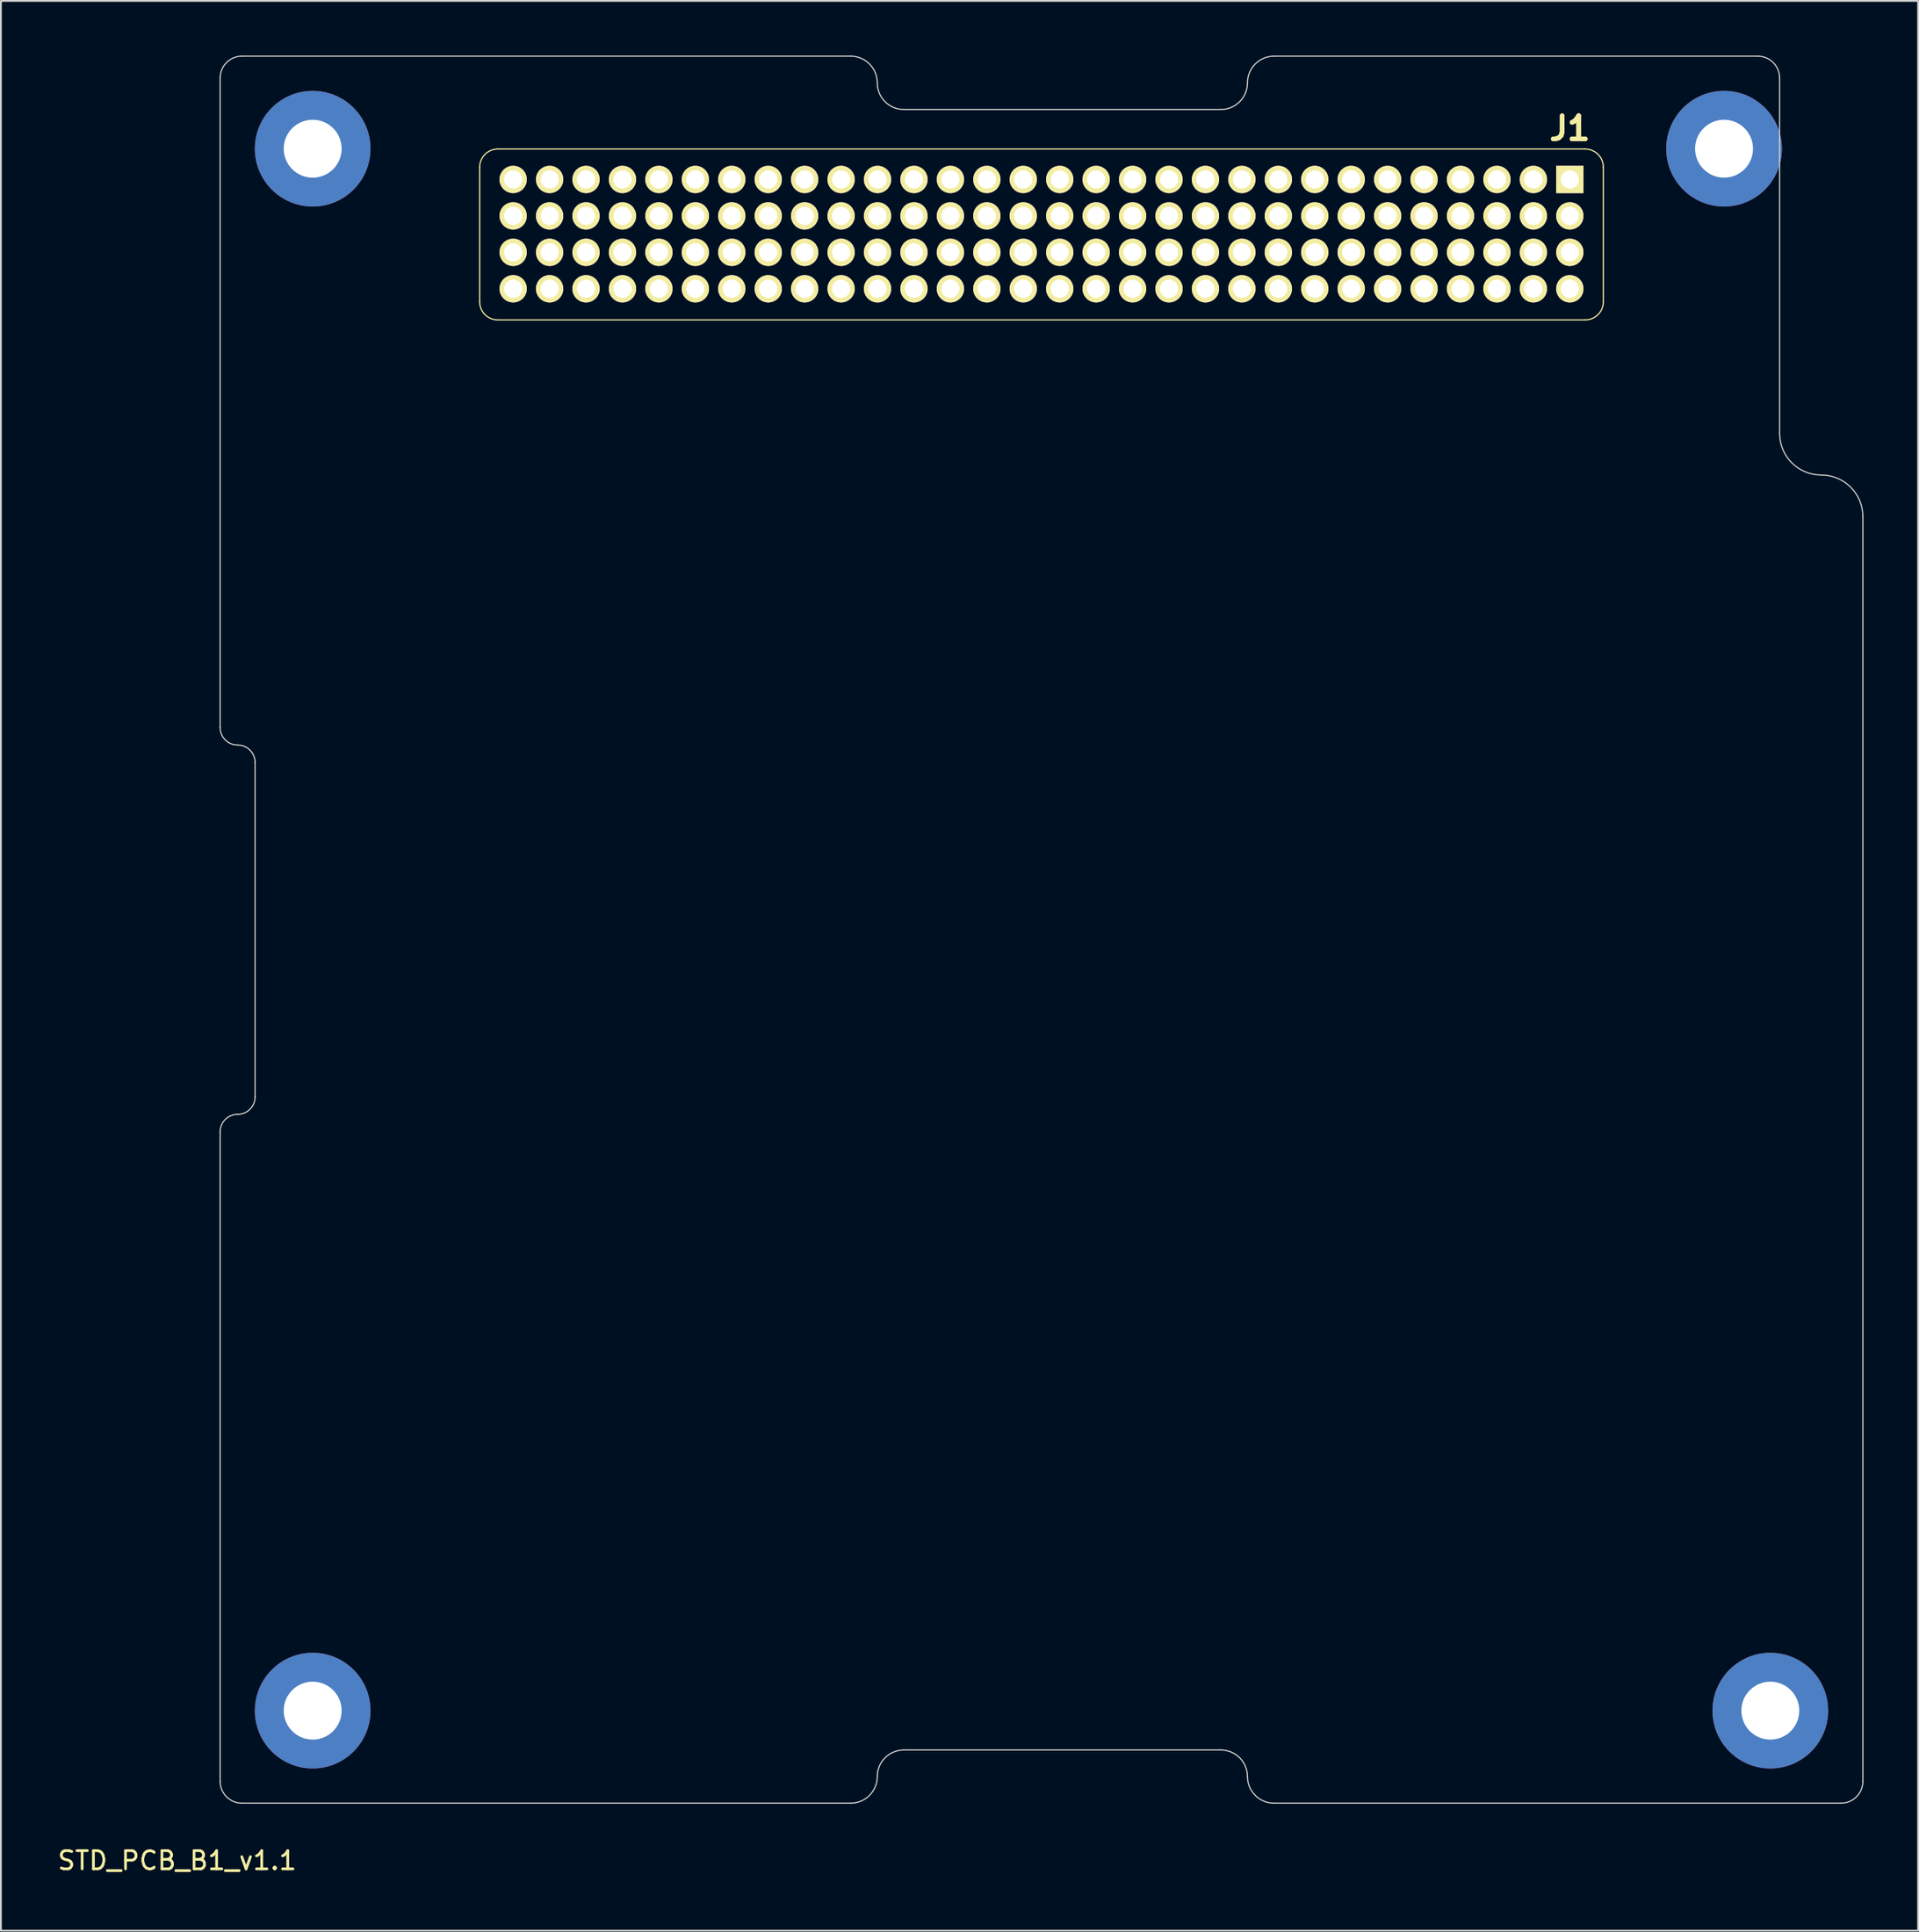
<source format=kicad_pcb>
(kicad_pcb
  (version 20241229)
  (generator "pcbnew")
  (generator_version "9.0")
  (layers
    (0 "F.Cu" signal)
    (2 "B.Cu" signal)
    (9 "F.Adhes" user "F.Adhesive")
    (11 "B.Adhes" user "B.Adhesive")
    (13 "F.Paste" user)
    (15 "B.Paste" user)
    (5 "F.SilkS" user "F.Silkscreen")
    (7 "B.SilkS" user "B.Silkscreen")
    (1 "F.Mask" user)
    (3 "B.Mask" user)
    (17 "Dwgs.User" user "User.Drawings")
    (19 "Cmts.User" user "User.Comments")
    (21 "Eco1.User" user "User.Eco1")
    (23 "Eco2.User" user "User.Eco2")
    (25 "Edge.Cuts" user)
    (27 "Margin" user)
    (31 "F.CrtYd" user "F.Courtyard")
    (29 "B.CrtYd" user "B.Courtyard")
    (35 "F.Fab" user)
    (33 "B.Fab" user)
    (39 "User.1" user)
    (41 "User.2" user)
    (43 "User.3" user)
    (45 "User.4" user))
  (footprint "STD_PCB_B1_v1.1"
    (layer "F.Cu")
    (at 9.033 95.922)
    (property "Reference" "STD_PCB_B1_v1.1" (at -2.36 3.15 0) (layer "F.SilkS") (effects (font (size 1 1) (thickness 0.15))))
    (attr through_hole)
    (fp_line (start 14.245 -89.792) (end 14.245 -82.412) (stroke (width 0.064) (type solid)) (layer "F.SilkS"))
    (fp_line (start 15.245 -81.412) (end 74.925 -81.412) (stroke (width 0.064) (type solid)) (layer "F.SilkS"))
    (fp_line (start 74.925 -90.792) (end 15.245 -90.792) (stroke (width 0.064) (type solid)) (layer "F.SilkS"))
    (fp_line (start 75.925 -82.412) (end 75.925 -89.792) (stroke (width 0.064) (type solid)) (layer "F.SilkS"))
    (fp_arc (start 14.245 -89.792) (mid 14.537893 -90.499107) (end 15.245 -90.792) (stroke (width 0.0635) (type solid)) (layer "F.SilkS"))
    (fp_arc (start 15.245 -81.412) (mid 14.537893 -81.704893) (end 14.245 -82.412) (stroke (width 0.0635) (type solid)) (layer "F.SilkS"))
    (fp_arc (start 74.925 -90.792) (mid 75.632107 -90.499107) (end 75.925 -89.792) (stroke (width 0.0635) (type solid)) (layer "F.SilkS"))
    (fp_arc (start 75.925 -82.412) (mid 75.632107 -81.704893) (end 74.925 -81.412) (stroke (width 0.0635) (type solid)) (layer "F.SilkS"))
    (fp_line (start 0 -59.04) (end 0 -94.69) (stroke (width 0.064) (type solid)) (layer "Edge.Cuts"))
    (fp_line (start 0 -1.2) (end 0 -36.85) (stroke (width 0.064) (type solid)) (layer "Edge.Cuts"))
    (fp_line (start 1.2 -95.89) (end 34.605 -95.89) (stroke (width 0.064) (type solid)) (layer "Edge.Cuts"))
    (fp_line (start 1.2 0) (end 34.61 0) (stroke (width 0.064) (type solid)) (layer "Edge.Cuts"))
    (fp_line (start 1.92 -38.77) (end 1.92 -57.12) (stroke (width 0.064) (type solid)) (layer "Edge.Cuts"))
    (fp_line (start 37.53 -2.92) (end 54.93 -2.92) (stroke (width 0.064) (type solid)) (layer "Edge.Cuts"))
    (fp_line (start 37.535 -92.96) (end 54.925 -92.96) (stroke (width 0.064) (type solid)) (layer "Edge.Cuts"))
    (fp_line (start 57.85 0) (end 88.97 0) (stroke (width 0.064) (type solid)) (layer "Edge.Cuts"))
    (fp_line (start 57.855 -95.89) (end 84.4 -95.89) (stroke (width 0.064) (type solid)) (layer "Edge.Cuts"))
    (fp_line (start 85.6 -75.185) (end 85.6 -94.69) (stroke (width 0.064) (type solid)) (layer "Edge.Cuts"))
    (fp_line (start 90.17 -1.2) (end 90.17 -70.615) (stroke (width 0.064) (type solid)) (layer "Edge.Cuts"))
    (fp_arc (start 0 -94.69) (mid 0.351472 -95.538528) (end 1.2 -95.89) (stroke (width 0.0635) (type solid)) (layer "Edge.Cuts"))
    (fp_arc (start 0 -36.85) (mid 0.281177 -37.528823) (end 0.96 -37.81) (stroke (width 0.0635) (type solid)) (layer "Edge.Cuts"))
    (fp_arc (start 0.96 -58.08) (mid 0.281177 -58.361177) (end 0 -59.04) (stroke (width 0.0635) (type solid)) (layer "Edge.Cuts"))
    (fp_arc (start 0.96 -58.08) (mid 1.638823 -57.798823) (end 1.92 -57.12) (stroke (width 0.0635) (type solid)) (layer "Edge.Cuts"))
    (fp_arc (start 1.2 0) (mid 0.351472 -0.351472) (end 0 -1.2) (stroke (width 0.0635) (type solid)) (layer "Edge.Cuts"))
    (fp_arc (start 1.92 -38.77) (mid 1.638823 -38.091177) (end 0.96 -37.81) (stroke (width 0.0635) (type solid)) (layer "Edge.Cuts"))
    (fp_arc (start 34.605 -95.89) (mid 35.640911 -95.460911) (end 36.07 -94.425) (stroke (width 0.0635) (type solid)) (layer "Edge.Cuts"))
    (fp_arc (start 36.07 -1.46) (mid 35.642376 -0.427624) (end 34.61 0) (stroke (width 0.0635) (type solid)) (layer "Edge.Cuts"))
    (fp_arc (start 36.07 -1.46) (mid 36.497624 -2.492376) (end 37.53 -2.92) (stroke (width 0.0635) (type solid)) (layer "Edge.Cuts"))
    (fp_arc (start 37.535 -92.96) (mid 36.499089 -93.389089) (end 36.07 -94.425) (stroke (width 0.0635) (type solid)) (layer "Edge.Cuts"))
    (fp_arc (start 54.93 -2.92) (mid 55.962376 -2.492376) (end 56.39 -1.46) (stroke (width 0.0635) (type solid)) (layer "Edge.Cuts"))
    (fp_arc (start 56.39 -94.425) (mid 55.960911 -93.389089) (end 54.925 -92.96) (stroke (width 0.0635) (type solid)) (layer "Edge.Cuts"))
    (fp_arc (start 56.39 -94.425) (mid 56.819089 -95.460911) (end 57.855 -95.89) (stroke (width 0.0635) (type solid)) (layer "Edge.Cuts"))
    (fp_arc (start 57.85 0) (mid 56.817624 -0.427624) (end 56.39 -1.46) (stroke (width 0.0635) (type solid)) (layer "Edge.Cuts"))
    (fp_arc (start 84.4 -95.89) (mid 85.248528 -95.538528) (end 85.6 -94.69) (stroke (width 0.0635) (type solid)) (layer "Edge.Cuts"))
    (fp_arc (start 87.885 -72.9) (mid 86.269261 -73.569261) (end 85.6 -75.185) (stroke (width 0.0635) (type solid)) (layer "Edge.Cuts"))
    (fp_arc (start 87.885 -72.9) (mid 89.500739 -72.230739) (end 90.17 -70.615) (stroke (width 0.0635) (type solid)) (layer "Edge.Cuts"))
    (fp_arc (start 90.17 -1.2) (mid 89.818528 -0.351472) (end 88.97 0) (stroke (width 0.0635) (type solid)) (layer "Edge.Cuts"))
    (fp_text user "J1" (at 74.085 -91.922 0) (layer "F.SilkS") (effects (font (size 1.27 1.27) (thickness 0.254))))
    (fp_text user "J1" (at 74.085 -91.922 0) (layer "F.SilkS") (effects (font (size 1.27 1.27) (thickness 0.254))))
    (pad "" np_thru_hole circle (at 5.08 -90.81) (size 6.35 6.35) (drill 3.18) (layers "*.Cu" "*.Mask"))
    (pad "" np_thru_hole circle (at 5.08 -5.08) (size 6.35 6.35) (drill 3.18) (layers "*.Cu" "*.Mask"))
    (pad "" np_thru_hole circle (at 82.55 -90.81) (size 6.35 6.35) (drill 3.18) (layers "*.Cu" "*.Mask"))
    (pad "" np_thru_hole circle (at 85.09 -5.08) (size 6.35 6.35) (drill 3.18) (layers "*.Cu" "*.Mask"))
    (pad "1" thru_hole rect (at 74.085 -89.122 90) (size 1.5 1.5) (drill 1) (layers "*.Cu" "*.Mask" "F.SilkS"))
    (pad "2" thru_hole circle (at 72.085 -89.122 90) (size 1.5 1.5) (drill 1) (layers "*.Cu" "*.Mask" "F.SilkS"))
    (pad "3" thru_hole circle (at 70.085 -89.122 90) (size 1.5 1.5) (drill 1) (layers "*.Cu" "*.Mask" "F.SilkS"))
    (pad "4" thru_hole circle (at 68.085 -89.122 90) (size 1.5 1.5) (drill 1) (layers "*.Cu" "*.Mask" "F.SilkS"))
    (pad "5" thru_hole circle (at 66.085 -89.122 90) (size 1.5 1.5) (drill 1) (layers "*.Cu" "*.Mask" "F.SilkS"))
    (pad "6" thru_hole circle (at 64.085 -89.122 90) (size 1.5 1.5) (drill 1) (layers "*.Cu" "*.Mask" "F.SilkS"))
    (pad "7" thru_hole circle (at 62.085 -89.122 90) (size 1.5 1.5) (drill 1) (layers "*.Cu" "*.Mask" "F.SilkS"))
    (pad "8" thru_hole circle (at 60.085 -89.122 90) (size 1.5 1.5) (drill 1) (layers "*.Cu" "*.Mask" "F.SilkS"))
    (pad "9" thru_hole circle (at 58.085 -89.122 90) (size 1.5 1.5) (drill 1) (layers "*.Cu" "*.Mask" "F.SilkS"))
    (pad "10" thru_hole circle (at 56.085 -89.122 90) (size 1.5 1.5) (drill 1) (layers "*.Cu" "*.Mask" "F.SilkS"))
    (pad "11" thru_hole circle (at 54.085 -89.122 90) (size 1.5 1.5) (drill 1) (layers "*.Cu" "*.Mask" "F.SilkS"))
    (pad "12" thru_hole circle (at 52.085 -89.122 90) (size 1.5 1.5) (drill 1) (layers "*.Cu" "*.Mask" "F.SilkS"))
    (pad "13" thru_hole circle (at 50.085 -89.122 90) (size 1.5 1.5) (drill 1) (layers "*.Cu" "*.Mask" "F.SilkS"))
    (pad "14" thru_hole circle (at 48.085 -89.122 90) (size 1.5 1.5) (drill 1) (layers "*.Cu" "*.Mask" "F.SilkS"))
    (pad "15" thru_hole circle (at 46.085 -89.122 90) (size 1.5 1.5) (drill 1) (layers "*.Cu" "*.Mask" "F.SilkS"))
    (pad "16" thru_hole circle (at 44.085 -89.122 90) (size 1.5 1.5) (drill 1) (layers "*.Cu" "*.Mask" "F.SilkS"))
    (pad "17" thru_hole circle (at 42.085 -89.122 90) (size 1.5 1.5) (drill 1) (layers "*.Cu" "*.Mask" "F.SilkS"))
    (pad "18" thru_hole circle (at 40.085 -89.122 90) (size 1.5 1.5) (drill 1) (layers "*.Cu" "*.Mask" "F.SilkS"))
    (pad "19" thru_hole circle (at 38.085 -89.122 90) (size 1.5 1.5) (drill 1) (layers "*.Cu" "*.Mask" "F.SilkS"))
    (pad "20" thru_hole circle (at 36.085 -89.122 90) (size 1.5 1.5) (drill 1) (layers "*.Cu" "*.Mask" "F.SilkS"))
    (pad "21" thru_hole circle (at 34.085 -89.122 90) (size 1.5 1.5) (drill 1) (layers "*.Cu" "*.Mask" "F.SilkS"))
    (pad "22" thru_hole circle (at 32.085 -89.122 90) (size 1.5 1.5) (drill 1) (layers "*.Cu" "*.Mask" "F.SilkS"))
    (pad "23" thru_hole circle (at 30.085 -89.122 90) (size 1.5 1.5) (drill 1) (layers "*.Cu" "*.Mask" "F.SilkS"))
    (pad "24" thru_hole circle (at 28.085 -89.122 90) (size 1.5 1.5) (drill 1) (layers "*.Cu" "*.Mask" "F.SilkS"))
    (pad "25" thru_hole circle (at 26.085 -89.122 90) (size 1.5 1.5) (drill 1) (layers "*.Cu" "*.Mask" "F.SilkS"))
    (pad "26" thru_hole circle (at 24.085 -89.122 90) (size 1.5 1.5) (drill 1) (layers "*.Cu" "*.Mask" "F.SilkS"))
    (pad "27" thru_hole circle (at 22.085 -89.122 90) (size 1.5 1.5) (drill 1) (layers "*.Cu" "*.Mask" "F.SilkS"))
    (pad "28" thru_hole circle (at 20.085 -89.122 90) (size 1.5 1.5) (drill 1) (layers "*.Cu" "*.Mask" "F.SilkS"))
    (pad "29" thru_hole circle (at 18.085 -89.122 90) (size 1.5 1.5) (drill 1) (layers "*.Cu" "*.Mask" "F.SilkS"))
    (pad "30" thru_hole circle (at 16.085 -89.122 90) (size 1.5 1.5) (drill 1) (layers "*.Cu" "*.Mask" "F.SilkS"))
    (pad "31" thru_hole circle (at 74.085 -87.122 90) (size 1.5 1.5) (drill 1) (layers "*.Cu" "*.Mask" "F.SilkS"))
    (pad "32" thru_hole circle (at 72.085 -87.122 90) (size 1.5 1.5) (drill 1) (layers "*.Cu" "*.Mask" "F.SilkS"))
    (pad "33" thru_hole circle (at 70.085 -87.122 90) (size 1.5 1.5) (drill 1) (layers "*.Cu" "*.Mask" "F.SilkS"))
    (pad "34" thru_hole circle (at 68.085 -87.122 90) (size 1.5 1.5) (drill 1) (layers "*.Cu" "*.Mask" "F.SilkS"))
    (pad "35" thru_hole circle (at 66.085 -87.122 90) (size 1.5 1.5) (drill 1) (layers "*.Cu" "*.Mask" "F.SilkS"))
    (pad "36" thru_hole circle (at 64.085 -87.122 90) (size 1.5 1.5) (drill 1) (layers "*.Cu" "*.Mask" "F.SilkS"))
    (pad "37" thru_hole circle (at 62.085 -87.122 90) (size 1.5 1.5) (drill 1) (layers "*.Cu" "*.Mask" "F.SilkS"))
    (pad "38" thru_hole circle (at 60.085 -87.122 90) (size 1.5 1.5) (drill 1) (layers "*.Cu" "*.Mask" "F.SilkS"))
    (pad "39" thru_hole circle (at 58.085 -87.122 90) (size 1.5 1.5) (drill 1) (layers "*.Cu" "*.Mask" "F.SilkS"))
    (pad "40" thru_hole circle (at 56.085 -87.122 90) (size 1.5 1.5) (drill 1) (layers "*.Cu" "*.Mask" "F.SilkS"))
    (pad "41" thru_hole circle (at 54.085 -87.122 90) (size 1.5 1.5) (drill 1) (layers "*.Cu" "*.Mask" "F.SilkS"))
    (pad "42" thru_hole circle (at 52.085 -87.122 90) (size 1.5 1.5) (drill 1) (layers "*.Cu" "*.Mask" "F.SilkS"))
    (pad "43" thru_hole circle (at 50.085 -87.122 90) (size 1.5 1.5) (drill 1) (layers "*.Cu" "*.Mask" "F.SilkS"))
    (pad "44" thru_hole circle (at 48.085 -87.122 90) (size 1.5 1.5) (drill 1) (layers "*.Cu" "*.Mask" "F.SilkS"))
    (pad "45" thru_hole circle (at 46.085 -87.122 90) (size 1.5 1.5) (drill 1) (layers "*.Cu" "*.Mask" "F.SilkS"))
    (pad "46" thru_hole circle (at 44.085 -87.122 90) (size 1.5 1.5) (drill 1) (layers "*.Cu" "*.Mask" "F.SilkS"))
    (pad "47" thru_hole circle (at 42.085 -87.122 90) (size 1.5 1.5) (drill 1) (layers "*.Cu" "*.Mask" "F.SilkS"))
    (pad "48" thru_hole circle (at 40.085 -87.122 90) (size 1.5 1.5) (drill 1) (layers "*.Cu" "*.Mask" "F.SilkS"))
    (pad "49" thru_hole circle (at 38.085 -87.122 90) (size 1.5 1.5) (drill 1) (layers "*.Cu" "*.Mask" "F.SilkS"))
    (pad "50" thru_hole circle (at 36.085 -87.122 90) (size 1.5 1.5) (drill 1) (layers "*.Cu" "*.Mask" "F.SilkS"))
    (pad "51" thru_hole circle (at 34.085 -87.122 90) (size 1.5 1.5) (drill 1) (layers "*.Cu" "*.Mask" "F.SilkS"))
    (pad "52" thru_hole circle (at 32.085 -87.122 90) (size 1.5 1.5) (drill 1) (layers "*.Cu" "*.Mask" "F.SilkS"))
    (pad "53" thru_hole circle (at 30.085 -87.122 90) (size 1.5 1.5) (drill 1) (layers "*.Cu" "*.Mask" "F.SilkS"))
    (pad "54" thru_hole circle (at 28.085 -87.122 90) (size 1.5 1.5) (drill 1) (layers "*.Cu" "*.Mask" "F.SilkS"))
    (pad "55" thru_hole circle (at 26.085 -87.122 90) (size 1.5 1.5) (drill 1) (layers "*.Cu" "*.Mask" "F.SilkS"))
    (pad "56" thru_hole circle (at 24.085 -87.122 90) (size 1.5 1.5) (drill 1) (layers "*.Cu" "*.Mask" "F.SilkS"))
    (pad "57" thru_hole circle (at 22.085 -87.122 90) (size 1.5 1.5) (drill 1) (layers "*.Cu" "*.Mask" "F.SilkS"))
    (pad "58" thru_hole circle (at 20.085 -87.122 90) (size 1.5 1.5) (drill 1) (layers "*.Cu" "*.Mask" "F.SilkS"))
    (pad "59" thru_hole circle (at 18.085 -87.122 90) (size 1.5 1.5) (drill 1) (layers "*.Cu" "*.Mask" "F.SilkS"))
    (pad "60" thru_hole circle (at 16.085 -87.122 90) (size 1.5 1.5) (drill 1) (layers "*.Cu" "*.Mask" "F.SilkS"))
    (pad "61" thru_hole circle (at 74.085 -85.122 90) (size 1.5 1.5) (drill 1) (layers "*.Cu" "*.Mask" "F.SilkS"))
    (pad "62" thru_hole circle (at 72.085 -85.122 90) (size 1.5 1.5) (drill 1) (layers "*.Cu" "*.Mask" "F.SilkS"))
    (pad "63" thru_hole circle (at 70.085 -85.122 90) (size 1.5 1.5) (drill 1) (layers "*.Cu" "*.Mask" "F.SilkS"))
    (pad "64" thru_hole circle (at 68.085 -85.122 90) (size 1.5 1.5) (drill 1) (layers "*.Cu" "*.Mask" "F.SilkS"))
    (pad "65" thru_hole circle (at 66.085 -85.122 90) (size 1.5 1.5) (drill 1) (layers "*.Cu" "*.Mask" "F.SilkS"))
    (pad "66" thru_hole circle (at 64.085 -85.122 90) (size 1.5 1.5) (drill 1) (layers "*.Cu" "*.Mask" "F.SilkS"))
    (pad "67" thru_hole circle (at 62.085 -85.122 90) (size 1.5 1.5) (drill 1) (layers "*.Cu" "*.Mask" "F.SilkS"))
    (pad "68" thru_hole circle (at 60.085 -85.122 90) (size 1.5 1.5) (drill 1) (layers "*.Cu" "*.Mask" "F.SilkS"))
    (pad "69" thru_hole circle (at 58.085 -85.122 90) (size 1.5 1.5) (drill 1) (layers "*.Cu" "*.Mask" "F.SilkS"))
    (pad "70" thru_hole circle (at 56.085 -85.122 90) (size 1.5 1.5) (drill 1) (layers "*.Cu" "*.Mask" "F.SilkS"))
    (pad "71" thru_hole circle (at 54.085 -85.122 90) (size 1.5 1.5) (drill 1) (layers "*.Cu" "*.Mask" "F.SilkS"))
    (pad "72" thru_hole circle (at 52.085 -85.122 90) (size 1.5 1.5) (drill 1) (layers "*.Cu" "*.Mask" "F.SilkS"))
    (pad "73" thru_hole circle (at 50.085 -85.122 90) (size 1.5 1.5) (drill 1) (layers "*.Cu" "*.Mask" "F.SilkS"))
    (pad "74" thru_hole circle (at 48.085 -85.122 90) (size 1.5 1.5) (drill 1) (layers "*.Cu" "*.Mask" "F.SilkS"))
    (pad "75" thru_hole circle (at 46.085 -85.122 90) (size 1.5 1.5) (drill 1) (layers "*.Cu" "*.Mask" "F.SilkS"))
    (pad "76" thru_hole circle (at 44.085 -85.122 90) (size 1.5 1.5) (drill 1) (layers "*.Cu" "*.Mask" "F.SilkS"))
    (pad "77" thru_hole circle (at 42.085 -85.122 90) (size 1.5 1.5) (drill 1) (layers "*.Cu" "*.Mask" "F.SilkS"))
    (pad "78" thru_hole circle (at 40.085 -85.122 90) (size 1.5 1.5) (drill 1) (layers "*.Cu" "*.Mask" "F.SilkS"))
    (pad "79" thru_hole circle (at 38.085 -85.122 90) (size 1.5 1.5) (drill 1) (layers "*.Cu" "*.Mask" "F.SilkS"))
    (pad "80" thru_hole circle (at 36.085 -85.122 90) (size 1.5 1.5) (drill 1) (layers "*.Cu" "*.Mask" "F.SilkS"))
    (pad "81" thru_hole circle (at 34.085 -85.122 90) (size 1.5 1.5) (drill 1) (layers "*.Cu" "*.Mask" "F.SilkS"))
    (pad "82" thru_hole circle (at 32.085 -85.122 90) (size 1.5 1.5) (drill 1) (layers "*.Cu" "*.Mask" "F.SilkS"))
    (pad "83" thru_hole circle (at 30.085 -85.122 90) (size 1.5 1.5) (drill 1) (layers "*.Cu" "*.Mask" "F.SilkS"))
    (pad "84" thru_hole circle (at 28.085 -85.122 90) (size 1.5 1.5) (drill 1) (layers "*.Cu" "*.Mask" "F.SilkS"))
    (pad "85" thru_hole circle (at 26.085 -85.122 90) (size 1.5 1.5) (drill 1) (layers "*.Cu" "*.Mask" "F.SilkS"))
    (pad "86" thru_hole circle (at 24.085 -85.122 90) (size 1.5 1.5) (drill 1) (layers "*.Cu" "*.Mask" "F.SilkS"))
    (pad "87" thru_hole circle (at 22.085 -85.122 90) (size 1.5 1.5) (drill 1) (layers "*.Cu" "*.Mask" "F.SilkS"))
    (pad "88" thru_hole circle (at 20.085 -85.122 90) (size 1.5 1.5) (drill 1) (layers "*.Cu" "*.Mask" "F.SilkS"))
    (pad "89" thru_hole circle (at 18.085 -85.122 90) (size 1.5 1.5) (drill 1) (layers "*.Cu" "*.Mask" "F.SilkS"))
    (pad "90" thru_hole circle (at 16.085 -85.122 90) (size 1.5 1.5) (drill 1) (layers "*.Cu" "*.Mask" "F.SilkS"))
    (pad "91" thru_hole circle (at 74.085 -83.122 90) (size 1.5 1.5) (drill 1) (layers "*.Cu" "*.Mask" "F.SilkS"))
    (pad "92" thru_hole circle (at 72.085 -83.122 90) (size 1.5 1.5) (drill 1) (layers "*.Cu" "*.Mask" "F.SilkS"))
    (pad "93" thru_hole circle (at 70.085 -83.122 90) (size 1.5 1.5) (drill 1) (layers "*.Cu" "*.Mask" "F.SilkS"))
    (pad "94" thru_hole circle (at 68.085 -83.122 90) (size 1.5 1.5) (drill 1) (layers "*.Cu" "*.Mask" "F.SilkS"))
    (pad "95" thru_hole circle (at 66.085 -83.122 90) (size 1.5 1.5) (drill 1) (layers "*.Cu" "*.Mask" "F.SilkS"))
    (pad "96" thru_hole circle (at 64.085 -83.122 90) (size 1.5 1.5) (drill 1) (layers "*.Cu" "*.Mask" "F.SilkS"))
    (pad "97" thru_hole circle (at 62.085 -83.122 90) (size 1.5 1.5) (drill 1) (layers "*.Cu" "*.Mask" "F.SilkS"))
    (pad "98" thru_hole circle (at 60.085 -83.122 90) (size 1.5 1.5) (drill 1) (layers "*.Cu" "*.Mask" "F.SilkS"))
    (pad "99" thru_hole circle (at 58.085 -83.122 90) (size 1.5 1.5) (drill 1) (layers "*.Cu" "*.Mask" "F.SilkS"))
    (pad "100" thru_hole circle (at 56.085 -83.122 90) (size 1.5 1.5) (drill 1) (layers "*.Cu" "*.Mask" "F.SilkS"))
    (pad "101" thru_hole circle (at 54.085 -83.122 90) (size 1.5 1.5) (drill 1) (layers "*.Cu" "*.Mask" "F.SilkS"))
    (pad "102" thru_hole circle (at 52.085 -83.122 90) (size 1.5 1.5) (drill 1) (layers "*.Cu" "*.Mask" "F.SilkS"))
    (pad "103" thru_hole circle (at 50.085 -83.122 90) (size 1.5 1.5) (drill 1) (layers "*.Cu" "*.Mask" "F.SilkS"))
    (pad "104" thru_hole circle (at 48.085 -83.122 90) (size 1.5 1.5) (drill 1) (layers "*.Cu" "*.Mask" "F.SilkS"))
    (pad "105" thru_hole circle (at 46.085 -83.122 90) (size 1.5 1.5) (drill 1) (layers "*.Cu" "*.Mask" "F.SilkS"))
    (pad "106" thru_hole circle (at 44.085 -83.122 90) (size 1.5 1.5) (drill 1) (layers "*.Cu" "*.Mask" "F.SilkS"))
    (pad "107" thru_hole circle (at 42.085 -83.122 90) (size 1.5 1.5) (drill 1) (layers "*.Cu" "*.Mask" "F.SilkS"))
    (pad "108" thru_hole circle (at 40.085 -83.122 90) (size 1.5 1.5) (drill 1) (layers "*.Cu" "*.Mask" "F.SilkS"))
    (pad "109" thru_hole circle (at 38.085 -83.122 90) (size 1.5 1.5) (drill 1) (layers "*.Cu" "*.Mask" "F.SilkS"))
    (pad "110" thru_hole circle (at 36.085 -83.122 90) (size 1.5 1.5) (drill 1) (layers "*.Cu" "*.Mask" "F.SilkS"))
    (pad "111" thru_hole circle (at 34.085 -83.122 90) (size 1.5 1.5) (drill 1) (layers "*.Cu" "*.Mask" "F.SilkS"))
    (pad "112" thru_hole circle (at 32.085 -83.122 90) (size 1.5 1.5) (drill 1) (layers "*.Cu" "*.Mask" "F.SilkS"))
    (pad "113" thru_hole circle (at 30.085 -83.122 90) (size 1.5 1.5) (drill 1) (layers "*.Cu" "*.Mask" "F.SilkS"))
    (pad "114" thru_hole circle (at 28.085 -83.122 90) (size 1.5 1.5) (drill 1) (layers "*.Cu" "*.Mask" "F.SilkS"))
    (pad "115" thru_hole circle (at 26.085 -83.122 90) (size 1.5 1.5) (drill 1) (layers "*.Cu" "*.Mask" "F.SilkS"))
    (pad "116" thru_hole circle (at 24.085 -83.122 90) (size 1.5 1.5) (drill 1) (layers "*.Cu" "*.Mask" "F.SilkS"))
    (pad "117" thru_hole circle (at 22.085 -83.122 90) (size 1.5 1.5) (drill 1) (layers "*.Cu" "*.Mask" "F.SilkS"))
    (pad "118" thru_hole circle (at 20.085 -83.122 90) (size 1.5 1.5) (drill 1) (layers "*.Cu" "*.Mask" "F.SilkS"))
    (pad "119" thru_hole circle (at 18.085 -83.122 90) (size 1.5 1.5) (drill 1) (layers "*.Cu" "*.Mask" "F.SilkS"))
    (pad "120" thru_hole circle (at 16.085 -83.122 90) (size 1.5 1.5) (drill 1) (layers "*.Cu" "*.Mask" "F.SilkS")))
  (gr_rect
    (start -3 -3)
    (end 102.234 102.92)
    (stroke (width 0.1) (type default))
    (fill no)
    (layer "Edge.Cuts")))
</source>
